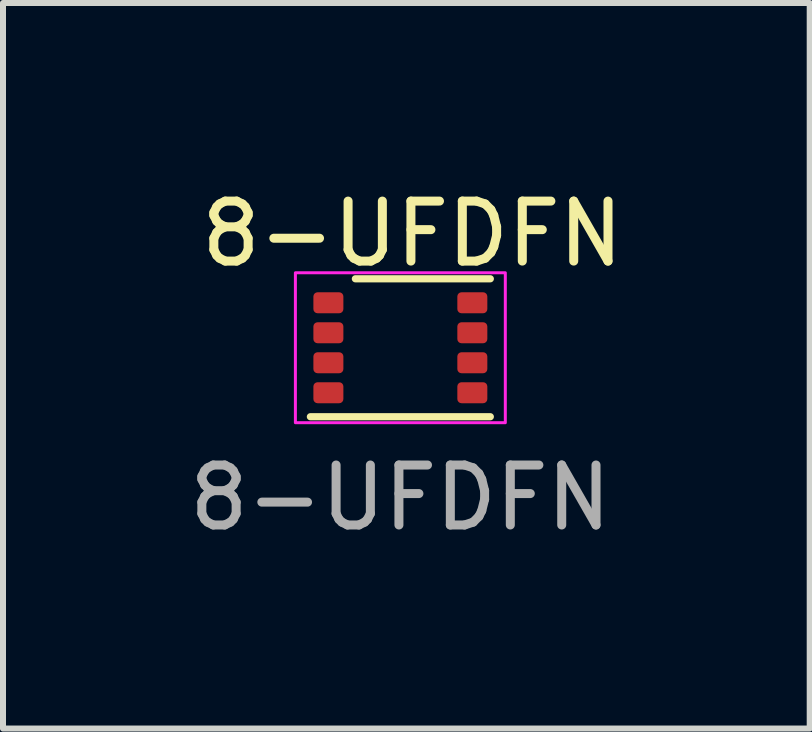
<source format=kicad_pcb>
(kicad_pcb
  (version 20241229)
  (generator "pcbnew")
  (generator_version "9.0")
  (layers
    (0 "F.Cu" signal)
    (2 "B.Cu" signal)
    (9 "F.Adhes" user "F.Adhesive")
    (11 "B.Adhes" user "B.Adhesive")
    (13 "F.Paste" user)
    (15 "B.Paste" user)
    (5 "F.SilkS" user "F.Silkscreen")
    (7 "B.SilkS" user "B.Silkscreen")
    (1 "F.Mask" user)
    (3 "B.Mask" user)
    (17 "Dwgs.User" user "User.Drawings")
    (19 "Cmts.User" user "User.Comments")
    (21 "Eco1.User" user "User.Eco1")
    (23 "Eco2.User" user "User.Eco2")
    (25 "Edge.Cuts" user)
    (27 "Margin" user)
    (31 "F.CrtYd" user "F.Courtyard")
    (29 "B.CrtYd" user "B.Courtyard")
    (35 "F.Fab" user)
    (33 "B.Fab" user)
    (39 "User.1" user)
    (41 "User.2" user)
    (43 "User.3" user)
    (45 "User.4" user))
  (footprint "8-UFDFN"
    (layer "F.Cu")
    (at 3.625 2.748)
    (property "Reference" "8-UFDFN" (at 0.2 -1.9 0) (unlocked yes) (layer "F.SilkS") (effects (font (size 1 1) (thickness 0.15))))
    (attr smd)
    (fp_line (start -0.75 -1.15) (end 1.5 -1.15) (stroke (width 0.12) (type default)) (layer "F.SilkS"))
    (fp_line (start 1.5 1.15) (end -1.5 1.15) (stroke (width 0.12) (type default)) (layer "F.SilkS"))
    (fp_rect (start -1.75 -1.25) (end 1.75 1.25) (stroke (width 0.05) (type default)) (fill no) (layer "F.CrtYd"))
    (fp_text user "${REFERENCE}" (at 0 2.5 0) (unlocked yes) (layer "F.Fab") (effects (font (size 1 1) (thickness 0.15))))
    (pad "1" smd roundrect (at -1.2 -0.75) (size 0.5 0.35) (layers "F.Cu" "F.Mask" "F.Paste") (roundrect_rratio 0.2))
    (pad "2" smd roundrect (at -1.2 -0.25) (size 0.5 0.35) (layers "F.Cu" "F.Mask" "F.Paste") (roundrect_rratio 0.2))
    (pad "3" smd roundrect (at -1.2 0.25) (size 0.5 0.35) (layers "F.Cu" "F.Mask" "F.Paste") (roundrect_rratio 0.2))
    (pad "4" smd roundrect (at -1.2 0.75) (size 0.5 0.35) (layers "F.Cu" "F.Mask" "F.Paste") (roundrect_rratio 0.2))
    (pad "5" smd roundrect (at 1.2 0.75) (size 0.5 0.35) (layers "F.Cu" "F.Mask" "F.Paste") (roundrect_rratio 0.2))
    (pad "6" smd roundrect (at 1.2 0.25) (size 0.5 0.35) (layers "F.Cu" "F.Mask" "F.Paste") (roundrect_rratio 0.2))
    (pad "7" smd roundrect (at 1.2 -0.25) (size 0.5 0.35) (layers "F.Cu" "F.Mask" "F.Paste") (roundrect_rratio 0.2))
    (pad "8" smd roundrect (at 1.2 -0.75) (size 0.5 0.35) (layers "F.Cu" "F.Mask" "F.Paste") (roundrect_rratio 0.2)))
  (gr_rect
    (start -3 -3)
    (end 10.45 9.097)
    (stroke (width 0.1) (type default))
    (fill no)
    (layer "Edge.Cuts")))
</source>
